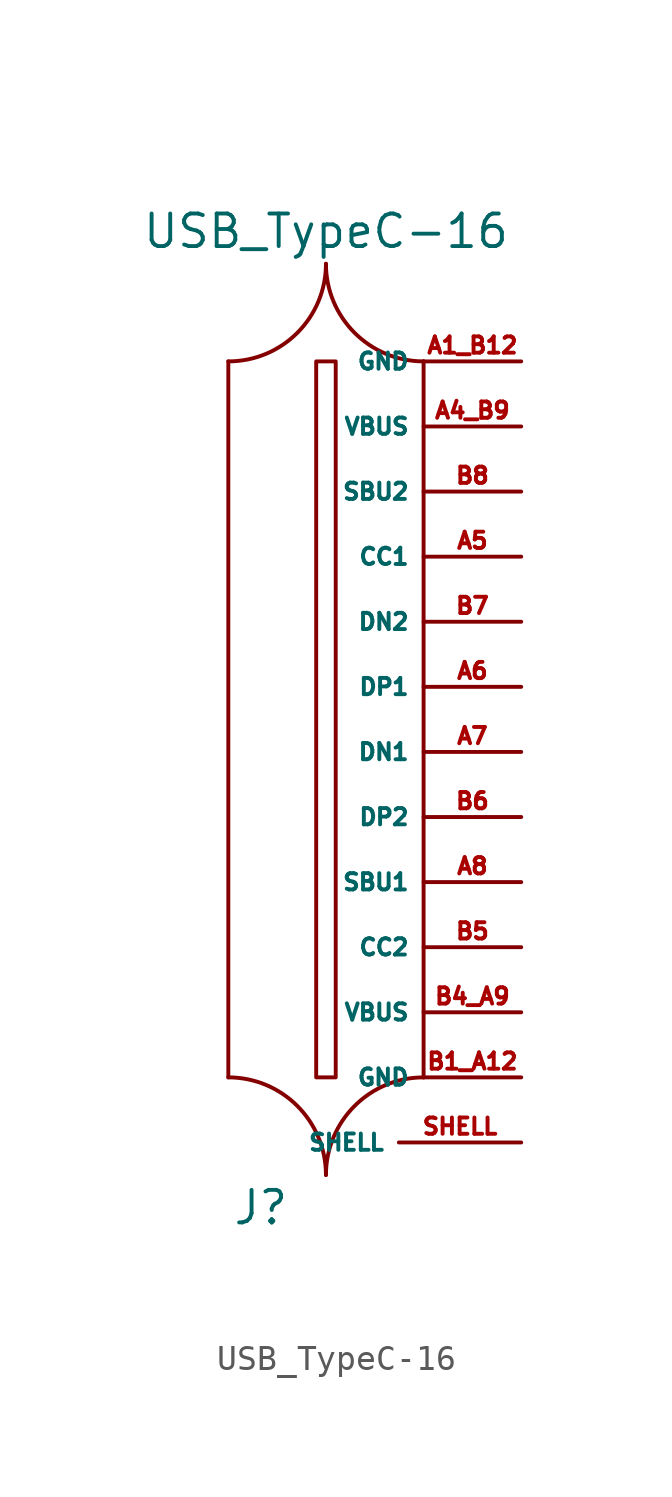
<source format=kicad_sym>
(kicad_symbol_lib
  (version 20211014)
  (generator kicad_symbol_editor)
  (symbol "USB_TypeC-16"
    (property "Reference" "J"
      (at -2.54 -20.32 0)
      (effects (font (size 1.27 1.27))))
    (property "Value" "USB_TypeC-16"
      (at 0 17.78 0)
      (effects (font (size 1.27 1.27))))
    (symbol "USB_TypeC-16_0_1"
      (arc (start -3.81 12.7) (mid 2.6941 10.0059) (end 0 16.51) (stroke (width 0) (type default) (color 0 0 0 0)) (fill (type none)))
      (rectangle (start -0.381 12.7) (end 0.381 -15.24) (stroke (width 0) (type default) (color 0 0 0 0)) (fill (type none)))
      (arc (start 0 -19.05) (mid 2.6941 -12.5459) (end -3.81 -15.24) (stroke (width 0) (type default) (color 0 0 0 0)) (fill (type none)))
      (polyline (pts (xy -3.81 12.7) (xy -3.81 -15.24)) (stroke (width 0) (type default) (color 0 0 0 0)) (fill (type none)))
      (polyline (pts (xy 3.81 -15.24) (xy 3.81 12.7)) (stroke (width 0) (type default) (color 0 0 0 0)) (fill (type none)))
      (arc (start 0 16.51) (mid -2.6941 10.0059) (end 3.81 12.7) (stroke (width 0) (type default) (color 0 0 0 0)) (fill (type none)))
      (arc (start 3.81 -15.24) (mid -2.6941 -12.5459) (end 0 -19.05) (stroke (width 0) (type default) (color 0 0 0 0)) (fill (type none))))
    (symbol "USB_TypeC-16_1_1"
      (pin bidirectional line (at 7.62 12.7 180) (length 3.81) (name "GND" (effects (font (size 0.635 0.635)))) (number "A1_B12" (effects (font (size 0.635 0.635)))))
      (pin bidirectional line (at 7.62 10.16 180) (length 3.81) (name "VBUS" (effects (font (size 0.635 0.635)))) (number "A4_B9" (effects (font (size 0.635 0.635)))))
      (pin bidirectional line (at 7.62 5.08 180) (length 3.81) (name "CC1" (effects (font (size 0.635 0.635)))) (number "A5" (effects (font (size 0.635 0.635)))))
      (pin bidirectional line (at 7.62 0 180) (length 3.81) (name "DP1" (effects (font (size 0.635 0.635)))) (number "A6" (effects (font (size 0.635 0.635)))))
      (pin bidirectional line (at 7.62 -2.54 180) (length 3.81) (name "DN1" (effects (font (size 0.635 0.635)))) (number "A7" (effects (font (size 0.635 0.635)))))
      (pin bidirectional line (at 7.62 -7.62 180) (length 3.81) (name "SBU1" (effects (font (size 0.635 0.635)))) (number "A8" (effects (font (size 0.635 0.635)))))
      (pin bidirectional line (at 7.62 -15.24 180) (length 3.81) (name "GND" (effects (font (size 0.635 0.635)))) (number "B1_A12" (effects (font (size 0.635 0.635)))))
      (pin bidirectional line (at 7.62 -12.7 180) (length 3.81) (name "VBUS" (effects (font (size 0.635 0.635)))) (number "B4_A9" (effects (font (size 0.635 0.635)))))
      (pin bidirectional line (at 7.62 -10.16 180) (length 3.81) (name "CC2" (effects (font (size 0.635 0.635)))) (number "B5" (effects (font (size 0.635 0.635)))))
      (pin bidirectional line (at 7.62 -5.08 180) (length 3.81) (name "DP2" (effects (font (size 0.635 0.635)))) (number "B6" (effects (font (size 0.635 0.635)))))
      (pin bidirectional line (at 7.62 2.54 180) (length 3.81) (name "DN2" (effects (font (size 0.635 0.635)))) (number "B7" (effects (font (size 0.635 0.635)))))
      (pin bidirectional line (at 7.62 7.62 180) (length 3.81) (name "SBU2" (effects (font (size 0.635 0.635)))) (number "B8" (effects (font (size 0.635 0.635)))))
      (pin bidirectional line (at 7.62 -17.78 180) (length 4.775) (name "SHELL" (effects (font (size 0.635 0.635)))) (number "SHELL" (effects (font (size 0.635 0.635))))))))
</source>
